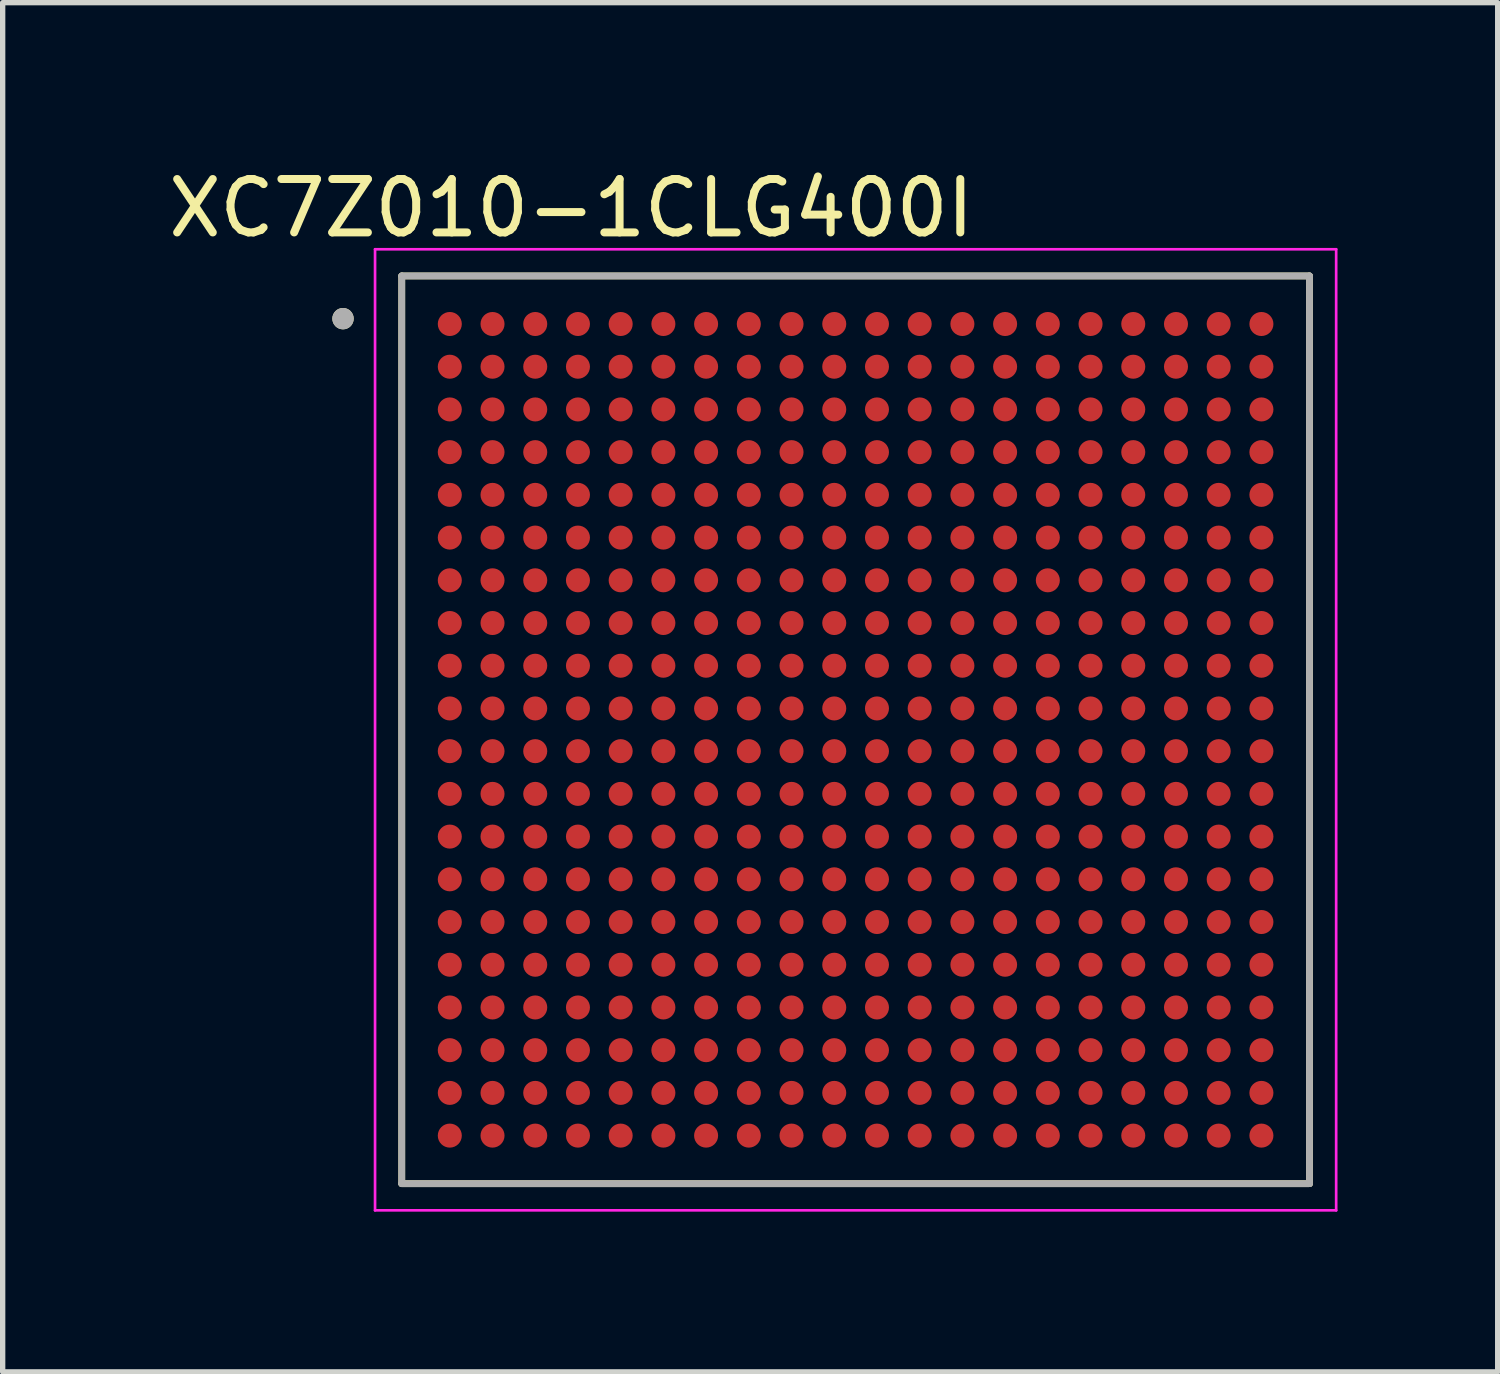
<source format=kicad_pcb>
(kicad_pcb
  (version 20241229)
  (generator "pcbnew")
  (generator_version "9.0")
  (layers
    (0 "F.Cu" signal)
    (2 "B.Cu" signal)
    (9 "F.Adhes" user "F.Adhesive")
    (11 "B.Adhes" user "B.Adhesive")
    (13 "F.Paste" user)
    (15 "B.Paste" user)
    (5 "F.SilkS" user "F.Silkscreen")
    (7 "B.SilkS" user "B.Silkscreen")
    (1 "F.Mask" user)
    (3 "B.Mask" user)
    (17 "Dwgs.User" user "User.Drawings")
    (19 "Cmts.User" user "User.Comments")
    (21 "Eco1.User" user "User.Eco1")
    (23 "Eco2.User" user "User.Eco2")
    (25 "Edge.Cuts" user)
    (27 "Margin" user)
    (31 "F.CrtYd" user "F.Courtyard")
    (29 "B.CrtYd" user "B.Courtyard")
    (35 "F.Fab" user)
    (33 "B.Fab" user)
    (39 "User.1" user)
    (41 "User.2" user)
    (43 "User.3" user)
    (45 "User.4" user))
  (footprint "XC7Z010-1CLG400I"
    (layer "F.Cu")
    (at 12.974 10.618)
    (property "Reference" "XC7Z010-1CLG400I" (at -5.325 -9.77 0) (layer "F.SilkS") (effects (font (size 1 1) (thickness 0.15))))
    (attr smd)
    (fp_line (start -8.5 -8.5) (end -8.5 8.5) (stroke (width 0.127) (type solid)) (layer "F.SilkS"))
    (fp_line (start 8.5 -8.5) (end -8.5 -8.5) (stroke (width 0.127) (type solid)) (layer "F.SilkS"))
    (fp_line (start 8.5 -8.5) (end 8.5 8.5) (stroke (width 0.127) (type solid)) (layer "F.SilkS"))
    (fp_line (start 8.5 8.5) (end -8.5 8.5) (stroke (width 0.127) (type solid)) (layer "F.SilkS"))
    (fp_circle (center -9.6 -7.7) (end -9.5 -7.7) (stroke (width 0.2) (type solid)) (fill no) (layer "F.SilkS"))
    (fp_line (start -9 -9) (end 9 -9) (stroke (width 0.05) (type solid)) (layer "F.CrtYd"))
    (fp_line (start -9 9) (end -9 -9) (stroke (width 0.05) (type solid)) (layer "F.CrtYd"))
    (fp_line (start 9 -9) (end 9 9) (stroke (width 0.05) (type solid)) (layer "F.CrtYd"))
    (fp_line (start 9 9) (end -9 9) (stroke (width 0.05) (type solid)) (layer "F.CrtYd"))
    (fp_line (start -8.5 -8.5) (end -8.5 8.5) (stroke (width 0.127) (type solid)) (layer "F.Fab"))
    (fp_line (start 8.5 -8.5) (end -8.5 -8.5) (stroke (width 0.127) (type solid)) (layer "F.Fab"))
    (fp_line (start 8.5 -8.5) (end 8.5 8.5) (stroke (width 0.127) (type solid)) (layer "F.Fab"))
    (fp_line (start 8.5 8.5) (end -8.5 8.5) (stroke (width 0.127) (type solid)) (layer "F.Fab"))
    (fp_circle (center -9.6 -7.7) (end -9.5 -7.7) (stroke (width 0.2) (type solid)) (fill no) (layer "F.Fab"))
    (pad "A1" smd circle (at -7.6 -7.6) (size 0.45 0.45) (layers "F.Cu" "F.Mask" "F.Paste"))
    (pad "A2" smd circle (at -6.8 -7.6) (size 0.45 0.45) (layers "F.Cu" "F.Mask" "F.Paste"))
    (pad "A3" smd circle (at -6 -7.6) (size 0.45 0.45) (layers "F.Cu" "F.Mask" "F.Paste"))
    (pad "A4" smd circle (at -5.2 -7.6) (size 0.45 0.45) (layers "F.Cu" "F.Mask" "F.Paste"))
    (pad "A5" smd circle (at -4.4 -7.6) (size 0.45 0.45) (layers "F.Cu" "F.Mask" "F.Paste"))
    (pad "A6" smd circle (at -3.6 -7.6) (size 0.45 0.45) (layers "F.Cu" "F.Mask" "F.Paste"))
    (pad "A7" smd circle (at -2.8 -7.6) (size 0.45 0.45) (layers "F.Cu" "F.Mask" "F.Paste"))
    (pad "A8" smd circle (at -2 -7.6) (size 0.45 0.45) (layers "F.Cu" "F.Mask" "F.Paste"))
    (pad "A9" smd circle (at -1.2 -7.6) (size 0.45 0.45) (layers "F.Cu" "F.Mask" "F.Paste"))
    (pad "A10" smd circle (at -0.4 -7.6) (size 0.45 0.45) (layers "F.Cu" "F.Mask" "F.Paste"))
    (pad "A11" smd circle (at 0.4 -7.6) (size 0.45 0.45) (layers "F.Cu" "F.Mask" "F.Paste"))
    (pad "A12" smd circle (at 1.2 -7.6) (size 0.45 0.45) (layers "F.Cu" "F.Mask" "F.Paste"))
    (pad "A13" smd circle (at 2 -7.6) (size 0.45 0.45) (layers "F.Cu" "F.Mask" "F.Paste"))
    (pad "A14" smd circle (at 2.8 -7.6) (size 0.45 0.45) (layers "F.Cu" "F.Mask" "F.Paste"))
    (pad "A15" smd circle (at 3.6 -7.6) (size 0.45 0.45) (layers "F.Cu" "F.Mask" "F.Paste"))
    (pad "A16" smd circle (at 4.4 -7.6) (size 0.45 0.45) (layers "F.Cu" "F.Mask" "F.Paste"))
    (pad "A17" smd circle (at 5.2 -7.6) (size 0.45 0.45) (layers "F.Cu" "F.Mask" "F.Paste"))
    (pad "A18" smd circle (at 6 -7.6) (size 0.45 0.45) (layers "F.Cu" "F.Mask" "F.Paste"))
    (pad "A19" smd circle (at 6.8 -7.6) (size 0.45 0.45) (layers "F.Cu" "F.Mask" "F.Paste"))
    (pad "A20" smd circle (at 7.6 -7.6) (size 0.45 0.45) (layers "F.Cu" "F.Mask" "F.Paste"))
    (pad "B1" smd circle (at -7.6 -6.8) (size 0.45 0.45) (layers "F.Cu" "F.Mask" "F.Paste"))
    (pad "B2" smd circle (at -6.8 -6.8) (size 0.45 0.45) (layers "F.Cu" "F.Mask" "F.Paste"))
    (pad "B3" smd circle (at -6 -6.8) (size 0.45 0.45) (layers "F.Cu" "F.Mask" "F.Paste"))
    (pad "B4" smd circle (at -5.2 -6.8) (size 0.45 0.45) (layers "F.Cu" "F.Mask" "F.Paste"))
    (pad "B5" smd circle (at -4.4 -6.8) (size 0.45 0.45) (layers "F.Cu" "F.Mask" "F.Paste"))
    (pad "B6" smd circle (at -3.6 -6.8) (size 0.45 0.45) (layers "F.Cu" "F.Mask" "F.Paste"))
    (pad "B7" smd circle (at -2.8 -6.8) (size 0.45 0.45) (layers "F.Cu" "F.Mask" "F.Paste"))
    (pad "B8" smd circle (at -2 -6.8) (size 0.45 0.45) (layers "F.Cu" "F.Mask" "F.Paste"))
    (pad "B9" smd circle (at -1.2 -6.8) (size 0.45 0.45) (layers "F.Cu" "F.Mask" "F.Paste"))
    (pad "B10" smd circle (at -0.4 -6.8) (size 0.45 0.45) (layers "F.Cu" "F.Mask" "F.Paste"))
    (pad "B11" smd circle (at 0.4 -6.8) (size 0.45 0.45) (layers "F.Cu" "F.Mask" "F.Paste"))
    (pad "B12" smd circle (at 1.2 -6.8) (size 0.45 0.45) (layers "F.Cu" "F.Mask" "F.Paste"))
    (pad "B13" smd circle (at 2 -6.8) (size 0.45 0.45) (layers "F.Cu" "F.Mask" "F.Paste"))
    (pad "B14" smd circle (at 2.8 -6.8) (size 0.45 0.45) (layers "F.Cu" "F.Mask" "F.Paste"))
    (pad "B15" smd circle (at 3.6 -6.8) (size 0.45 0.45) (layers "F.Cu" "F.Mask" "F.Paste"))
    (pad "B16" smd circle (at 4.4 -6.8) (size 0.45 0.45) (layers "F.Cu" "F.Mask" "F.Paste"))
    (pad "B17" smd circle (at 5.2 -6.8) (size 0.45 0.45) (layers "F.Cu" "F.Mask" "F.Paste"))
    (pad "B18" smd circle (at 6 -6.8) (size 0.45 0.45) (layers "F.Cu" "F.Mask" "F.Paste"))
    (pad "B19" smd circle (at 6.8 -6.8) (size 0.45 0.45) (layers "F.Cu" "F.Mask" "F.Paste"))
    (pad "B20" smd circle (at 7.6 -6.8) (size 0.45 0.45) (layers "F.Cu" "F.Mask" "F.Paste"))
    (pad "C1" smd circle (at -7.6 -6) (size 0.45 0.45) (layers "F.Cu" "F.Mask" "F.Paste"))
    (pad "C2" smd circle (at -6.8 -6) (size 0.45 0.45) (layers "F.Cu" "F.Mask" "F.Paste"))
    (pad "C3" smd circle (at -6 -6) (size 0.45 0.45) (layers "F.Cu" "F.Mask" "F.Paste"))
    (pad "C4" smd circle (at -5.2 -6) (size 0.45 0.45) (layers "F.Cu" "F.Mask" "F.Paste"))
    (pad "C5" smd circle (at -4.4 -6) (size 0.45 0.45) (layers "F.Cu" "F.Mask" "F.Paste"))
    (pad "C6" smd circle (at -3.6 -6) (size 0.45 0.45) (layers "F.Cu" "F.Mask" "F.Paste"))
    (pad "C7" smd circle (at -2.8 -6) (size 0.45 0.45) (layers "F.Cu" "F.Mask" "F.Paste"))
    (pad "C8" smd circle (at -2 -6) (size 0.45 0.45) (layers "F.Cu" "F.Mask" "F.Paste"))
    (pad "C9" smd circle (at -1.2 -6) (size 0.45 0.45) (layers "F.Cu" "F.Mask" "F.Paste"))
    (pad "C10" smd circle (at -0.4 -6) (size 0.45 0.45) (layers "F.Cu" "F.Mask" "F.Paste"))
    (pad "C11" smd circle (at 0.4 -6) (size 0.45 0.45) (layers "F.Cu" "F.Mask" "F.Paste"))
    (pad "C12" smd circle (at 1.2 -6) (size 0.45 0.45) (layers "F.Cu" "F.Mask" "F.Paste"))
    (pad "C13" smd circle (at 2 -6) (size 0.45 0.45) (layers "F.Cu" "F.Mask" "F.Paste"))
    (pad "C14" smd circle (at 2.8 -6) (size 0.45 0.45) (layers "F.Cu" "F.Mask" "F.Paste"))
    (pad "C15" smd circle (at 3.6 -6) (size 0.45 0.45) (layers "F.Cu" "F.Mask" "F.Paste"))
    (pad "C16" smd circle (at 4.4 -6) (size 0.45 0.45) (layers "F.Cu" "F.Mask" "F.Paste"))
    (pad "C17" smd circle (at 5.2 -6) (size 0.45 0.45) (layers "F.Cu" "F.Mask" "F.Paste"))
    (pad "C18" smd circle (at 6 -6) (size 0.45 0.45) (layers "F.Cu" "F.Mask" "F.Paste"))
    (pad "C19" smd circle (at 6.8 -6) (size 0.45 0.45) (layers "F.Cu" "F.Mask" "F.Paste"))
    (pad "C20" smd circle (at 7.6 -6) (size 0.45 0.45) (layers "F.Cu" "F.Mask" "F.Paste"))
    (pad "D1" smd circle (at -7.6 -5.2) (size 0.45 0.45) (layers "F.Cu" "F.Mask" "F.Paste"))
    (pad "D2" smd circle (at -6.8 -5.2) (size 0.45 0.45) (layers "F.Cu" "F.Mask" "F.Paste"))
    (pad "D3" smd circle (at -6 -5.2) (size 0.45 0.45) (layers "F.Cu" "F.Mask" "F.Paste"))
    (pad "D4" smd circle (at -5.2 -5.2) (size 0.45 0.45) (layers "F.Cu" "F.Mask" "F.Paste"))
    (pad "D5" smd circle (at -4.4 -5.2) (size 0.45 0.45) (layers "F.Cu" "F.Mask" "F.Paste"))
    (pad "D6" smd circle (at -3.6 -5.2) (size 0.45 0.45) (layers "F.Cu" "F.Mask" "F.Paste"))
    (pad "D7" smd circle (at -2.8 -5.2) (size 0.45 0.45) (layers "F.Cu" "F.Mask" "F.Paste"))
    (pad "D8" smd circle (at -2 -5.2) (size 0.45 0.45) (layers "F.Cu" "F.Mask" "F.Paste"))
    (pad "D9" smd circle (at -1.2 -5.2) (size 0.45 0.45) (layers "F.Cu" "F.Mask" "F.Paste"))
    (pad "D10" smd circle (at -0.4 -5.2) (size 0.45 0.45) (layers "F.Cu" "F.Mask" "F.Paste"))
    (pad "D11" smd circle (at 0.4 -5.2) (size 0.45 0.45) (layers "F.Cu" "F.Mask" "F.Paste"))
    (pad "D12" smd circle (at 1.2 -5.2) (size 0.45 0.45) (layers "F.Cu" "F.Mask" "F.Paste"))
    (pad "D13" smd circle (at 2 -5.2) (size 0.45 0.45) (layers "F.Cu" "F.Mask" "F.Paste"))
    (pad "D14" smd circle (at 2.8 -5.2) (size 0.45 0.45) (layers "F.Cu" "F.Mask" "F.Paste"))
    (pad "D15" smd circle (at 3.6 -5.2) (size 0.45 0.45) (layers "F.Cu" "F.Mask" "F.Paste"))
    (pad "D16" smd circle (at 4.4 -5.2) (size 0.45 0.45) (layers "F.Cu" "F.Mask" "F.Paste"))
    (pad "D17" smd circle (at 5.2 -5.2) (size 0.45 0.45) (layers "F.Cu" "F.Mask" "F.Paste"))
    (pad "D18" smd circle (at 6 -5.2) (size 0.45 0.45) (layers "F.Cu" "F.Mask" "F.Paste"))
    (pad "D19" smd circle (at 6.8 -5.2) (size 0.45 0.45) (layers "F.Cu" "F.Mask" "F.Paste"))
    (pad "D20" smd circle (at 7.6 -5.2) (size 0.45 0.45) (layers "F.Cu" "F.Mask" "F.Paste"))
    (pad "E1" smd circle (at -7.6 -4.4) (size 0.45 0.45) (layers "F.Cu" "F.Mask" "F.Paste"))
    (pad "E2" smd circle (at -6.8 -4.4) (size 0.45 0.45) (layers "F.Cu" "F.Mask" "F.Paste"))
    (pad "E3" smd circle (at -6 -4.4) (size 0.45 0.45) (layers "F.Cu" "F.Mask" "F.Paste"))
    (pad "E4" smd circle (at -5.2 -4.4) (size 0.45 0.45) (layers "F.Cu" "F.Mask" "F.Paste"))
    (pad "E5" smd circle (at -4.4 -4.4) (size 0.45 0.45) (layers "F.Cu" "F.Mask" "F.Paste"))
    (pad "E6" smd circle (at -3.6 -4.4) (size 0.45 0.45) (layers "F.Cu" "F.Mask" "F.Paste"))
    (pad "E7" smd circle (at -2.8 -4.4) (size 0.45 0.45) (layers "F.Cu" "F.Mask" "F.Paste"))
    (pad "E8" smd circle (at -2 -4.4) (size 0.45 0.45) (layers "F.Cu" "F.Mask" "F.Paste"))
    (pad "E9" smd circle (at -1.2 -4.4) (size 0.45 0.45) (layers "F.Cu" "F.Mask" "F.Paste"))
    (pad "E10" smd circle (at -0.4 -4.4) (size 0.45 0.45) (layers "F.Cu" "F.Mask" "F.Paste"))
    (pad "E11" smd circle (at 0.4 -4.4) (size 0.45 0.45) (layers "F.Cu" "F.Mask" "F.Paste"))
    (pad "E12" smd circle (at 1.2 -4.4) (size 0.45 0.45) (layers "F.Cu" "F.Mask" "F.Paste"))
    (pad "E13" smd circle (at 2 -4.4) (size 0.45 0.45) (layers "F.Cu" "F.Mask" "F.Paste"))
    (pad "E14" smd circle (at 2.8 -4.4) (size 0.45 0.45) (layers "F.Cu" "F.Mask" "F.Paste"))
    (pad "E15" smd circle (at 3.6 -4.4) (size 0.45 0.45) (layers "F.Cu" "F.Mask" "F.Paste"))
    (pad "E16" smd circle (at 4.4 -4.4) (size 0.45 0.45) (layers "F.Cu" "F.Mask" "F.Paste"))
    (pad "E17" smd circle (at 5.2 -4.4) (size 0.45 0.45) (layers "F.Cu" "F.Mask" "F.Paste"))
    (pad "E18" smd circle (at 6 -4.4) (size 0.45 0.45) (layers "F.Cu" "F.Mask" "F.Paste"))
    (pad "E19" smd circle (at 6.8 -4.4) (size 0.45 0.45) (layers "F.Cu" "F.Mask" "F.Paste"))
    (pad "E20" smd circle (at 7.6 -4.4) (size 0.45 0.45) (layers "F.Cu" "F.Mask" "F.Paste"))
    (pad "F1" smd circle (at -7.6 -3.6) (size 0.45 0.45) (layers "F.Cu" "F.Mask" "F.Paste"))
    (pad "F2" smd circle (at -6.8 -3.6) (size 0.45 0.45) (layers "F.Cu" "F.Mask" "F.Paste"))
    (pad "F3" smd circle (at -6 -3.6) (size 0.45 0.45) (layers "F.Cu" "F.Mask" "F.Paste"))
    (pad "F4" smd circle (at -5.2 -3.6) (size 0.45 0.45) (layers "F.Cu" "F.Mask" "F.Paste"))
    (pad "F5" smd circle (at -4.4 -3.6) (size 0.45 0.45) (layers "F.Cu" "F.Mask" "F.Paste"))
    (pad "F6" smd circle (at -3.6 -3.6) (size 0.45 0.45) (layers "F.Cu" "F.Mask" "F.Paste"))
    (pad "F7" smd circle (at -2.8 -3.6) (size 0.45 0.45) (layers "F.Cu" "F.Mask" "F.Paste"))
    (pad "F8" smd circle (at -2 -3.6) (size 0.45 0.45) (layers "F.Cu" "F.Mask" "F.Paste"))
    (pad "F9" smd circle (at -1.2 -3.6) (size 0.45 0.45) (layers "F.Cu" "F.Mask" "F.Paste"))
    (pad "F10" smd circle (at -0.4 -3.6) (size 0.45 0.45) (layers "F.Cu" "F.Mask" "F.Paste"))
    (pad "F11" smd circle (at 0.4 -3.6) (size 0.45 0.45) (layers "F.Cu" "F.Mask" "F.Paste"))
    (pad "F12" smd circle (at 1.2 -3.6) (size 0.45 0.45) (layers "F.Cu" "F.Mask" "F.Paste"))
    (pad "F13" smd circle (at 2 -3.6) (size 0.45 0.45) (layers "F.Cu" "F.Mask" "F.Paste"))
    (pad "F14" smd circle (at 2.8 -3.6) (size 0.45 0.45) (layers "F.Cu" "F.Mask" "F.Paste"))
    (pad "F15" smd circle (at 3.6 -3.6) (size 0.45 0.45) (layers "F.Cu" "F.Mask" "F.Paste"))
    (pad "F16" smd circle (at 4.4 -3.6) (size 0.45 0.45) (layers "F.Cu" "F.Mask" "F.Paste"))
    (pad "F17" smd circle (at 5.2 -3.6) (size 0.45 0.45) (layers "F.Cu" "F.Mask" "F.Paste"))
    (pad "F18" smd circle (at 6 -3.6) (size 0.45 0.45) (layers "F.Cu" "F.Mask" "F.Paste"))
    (pad "F19" smd circle (at 6.8 -3.6) (size 0.45 0.45) (layers "F.Cu" "F.Mask" "F.Paste"))
    (pad "F20" smd circle (at 7.6 -3.6) (size 0.45 0.45) (layers "F.Cu" "F.Mask" "F.Paste"))
    (pad "G1" smd circle (at -7.6 -2.8) (size 0.45 0.45) (layers "F.Cu" "F.Mask" "F.Paste"))
    (pad "G2" smd circle (at -6.8 -2.8) (size 0.45 0.45) (layers "F.Cu" "F.Mask" "F.Paste"))
    (pad "G3" smd circle (at -6 -2.8) (size 0.45 0.45) (layers "F.Cu" "F.Mask" "F.Paste"))
    (pad "G4" smd circle (at -5.2 -2.8) (size 0.45 0.45) (layers "F.Cu" "F.Mask" "F.Paste"))
    (pad "G5" smd circle (at -4.4 -2.8) (size 0.45 0.45) (layers "F.Cu" "F.Mask" "F.Paste"))
    (pad "G6" smd circle (at -3.6 -2.8) (size 0.45 0.45) (layers "F.Cu" "F.Mask" "F.Paste"))
    (pad "G7" smd circle (at -2.8 -2.8) (size 0.45 0.45) (layers "F.Cu" "F.Mask" "F.Paste"))
    (pad "G8" smd circle (at -2 -2.8) (size 0.45 0.45) (layers "F.Cu" "F.Mask" "F.Paste"))
    (pad "G9" smd circle (at -1.2 -2.8) (size 0.45 0.45) (layers "F.Cu" "F.Mask" "F.Paste"))
    (pad "G10" smd circle (at -0.4 -2.8) (size 0.45 0.45) (layers "F.Cu" "F.Mask" "F.Paste"))
    (pad "G11" smd circle (at 0.4 -2.8) (size 0.45 0.45) (layers "F.Cu" "F.Mask" "F.Paste"))
    (pad "G12" smd circle (at 1.2 -2.8) (size 0.45 0.45) (layers "F.Cu" "F.Mask" "F.Paste"))
    (pad "G13" smd circle (at 2 -2.8) (size 0.45 0.45) (layers "F.Cu" "F.Mask" "F.Paste"))
    (pad "G14" smd circle (at 2.8 -2.8) (size 0.45 0.45) (layers "F.Cu" "F.Mask" "F.Paste"))
    (pad "G15" smd circle (at 3.6 -2.8) (size 0.45 0.45) (layers "F.Cu" "F.Mask" "F.Paste"))
    (pad "G16" smd circle (at 4.4 -2.8) (size 0.45 0.45) (layers "F.Cu" "F.Mask" "F.Paste"))
    (pad "G17" smd circle (at 5.2 -2.8) (size 0.45 0.45) (layers "F.Cu" "F.Mask" "F.Paste"))
    (pad "G18" smd circle (at 6 -2.8) (size 0.45 0.45) (layers "F.Cu" "F.Mask" "F.Paste"))
    (pad "G19" smd circle (at 6.8 -2.8) (size 0.45 0.45) (layers "F.Cu" "F.Mask" "F.Paste"))
    (pad "G20" smd circle (at 7.6 -2.8) (size 0.45 0.45) (layers "F.Cu" "F.Mask" "F.Paste"))
    (pad "H1" smd circle (at -7.6 -2) (size 0.45 0.45) (layers "F.Cu" "F.Mask" "F.Paste"))
    (pad "H2" smd circle (at -6.8 -2) (size 0.45 0.45) (layers "F.Cu" "F.Mask" "F.Paste"))
    (pad "H3" smd circle (at -6 -2) (size 0.45 0.45) (layers "F.Cu" "F.Mask" "F.Paste"))
    (pad "H4" smd circle (at -5.2 -2) (size 0.45 0.45) (layers "F.Cu" "F.Mask" "F.Paste"))
    (pad "H5" smd circle (at -4.4 -2) (size 0.45 0.45) (layers "F.Cu" "F.Mask" "F.Paste"))
    (pad "H6" smd circle (at -3.6 -2) (size 0.45 0.45) (layers "F.Cu" "F.Mask" "F.Paste"))
    (pad "H7" smd circle (at -2.8 -2) (size 0.45 0.45) (layers "F.Cu" "F.Mask" "F.Paste"))
    (pad "H8" smd circle (at -2 -2) (size 0.45 0.45) (layers "F.Cu" "F.Mask" "F.Paste"))
    (pad "H9" smd circle (at -1.2 -2) (size 0.45 0.45) (layers "F.Cu" "F.Mask" "F.Paste"))
    (pad "H10" smd circle (at -0.4 -2) (size 0.45 0.45) (layers "F.Cu" "F.Mask" "F.Paste"))
    (pad "H11" smd circle (at 0.4 -2) (size 0.45 0.45) (layers "F.Cu" "F.Mask" "F.Paste"))
    (pad "H12" smd circle (at 1.2 -2) (size 0.45 0.45) (layers "F.Cu" "F.Mask" "F.Paste"))
    (pad "H13" smd circle (at 2 -2) (size 0.45 0.45) (layers "F.Cu" "F.Mask" "F.Paste"))
    (pad "H14" smd circle (at 2.8 -2) (size 0.45 0.45) (layers "F.Cu" "F.Mask" "F.Paste"))
    (pad "H15" smd circle (at 3.6 -2) (size 0.45 0.45) (layers "F.Cu" "F.Mask" "F.Paste"))
    (pad "H16" smd circle (at 4.4 -2) (size 0.45 0.45) (layers "F.Cu" "F.Mask" "F.Paste"))
    (pad "H17" smd circle (at 5.2 -2) (size 0.45 0.45) (layers "F.Cu" "F.Mask" "F.Paste"))
    (pad "H18" smd circle (at 6 -2) (size 0.45 0.45) (layers "F.Cu" "F.Mask" "F.Paste"))
    (pad "H19" smd circle (at 6.8 -2) (size 0.45 0.45) (layers "F.Cu" "F.Mask" "F.Paste"))
    (pad "H20" smd circle (at 7.6 -2) (size 0.45 0.45) (layers "F.Cu" "F.Mask" "F.Paste"))
    (pad "J1" smd circle (at -7.6 -1.2) (size 0.45 0.45) (layers "F.Cu" "F.Mask" "F.Paste"))
    (pad "J2" smd circle (at -6.8 -1.2) (size 0.45 0.45) (layers "F.Cu" "F.Mask" "F.Paste"))
    (pad "J3" smd circle (at -6 -1.2) (size 0.45 0.45) (layers "F.Cu" "F.Mask" "F.Paste"))
    (pad "J4" smd circle (at -5.2 -1.2) (size 0.45 0.45) (layers "F.Cu" "F.Mask" "F.Paste"))
    (pad "J5" smd circle (at -4.4 -1.2) (size 0.45 0.45) (layers "F.Cu" "F.Mask" "F.Paste"))
    (pad "J6" smd circle (at -3.6 -1.2) (size 0.45 0.45) (layers "F.Cu" "F.Mask" "F.Paste"))
    (pad "J7" smd circle (at -2.8 -1.2) (size 0.45 0.45) (layers "F.Cu" "F.Mask" "F.Paste"))
    (pad "J8" smd circle (at -2 -1.2) (size 0.45 0.45) (layers "F.Cu" "F.Mask" "F.Paste"))
    (pad "J9" smd circle (at -1.2 -1.2) (size 0.45 0.45) (layers "F.Cu" "F.Mask" "F.Paste"))
    (pad "J10" smd circle (at -0.4 -1.2) (size 0.45 0.45) (layers "F.Cu" "F.Mask" "F.Paste"))
    (pad "J11" smd circle (at 0.4 -1.2) (size 0.45 0.45) (layers "F.Cu" "F.Mask" "F.Paste"))
    (pad "J12" smd circle (at 1.2 -1.2) (size 0.45 0.45) (layers "F.Cu" "F.Mask" "F.Paste"))
    (pad "J13" smd circle (at 2 -1.2) (size 0.45 0.45) (layers "F.Cu" "F.Mask" "F.Paste"))
    (pad "J14" smd circle (at 2.8 -1.2) (size 0.45 0.45) (layers "F.Cu" "F.Mask" "F.Paste"))
    (pad "J15" smd circle (at 3.6 -1.2) (size 0.45 0.45) (layers "F.Cu" "F.Mask" "F.Paste"))
    (pad "J16" smd circle (at 4.4 -1.2) (size 0.45 0.45) (layers "F.Cu" "F.Mask" "F.Paste"))
    (pad "J17" smd circle (at 5.2 -1.2) (size 0.45 0.45) (layers "F.Cu" "F.Mask" "F.Paste"))
    (pad "J18" smd circle (at 6 -1.2) (size 0.45 0.45) (layers "F.Cu" "F.Mask" "F.Paste"))
    (pad "J19" smd circle (at 6.8 -1.2) (size 0.45 0.45) (layers "F.Cu" "F.Mask" "F.Paste"))
    (pad "J20" smd circle (at 7.6 -1.2) (size 0.45 0.45) (layers "F.Cu" "F.Mask" "F.Paste"))
    (pad "K1" smd circle (at -7.6 -0.4) (size 0.45 0.45) (layers "F.Cu" "F.Mask" "F.Paste"))
    (pad "K2" smd circle (at -6.8 -0.4) (size 0.45 0.45) (layers "F.Cu" "F.Mask" "F.Paste"))
    (pad "K3" smd circle (at -6 -0.4) (size 0.45 0.45) (layers "F.Cu" "F.Mask" "F.Paste"))
    (pad "K4" smd circle (at -5.2 -0.4) (size 0.45 0.45) (layers "F.Cu" "F.Mask" "F.Paste"))
    (pad "K5" smd circle (at -4.4 -0.4) (size 0.45 0.45) (layers "F.Cu" "F.Mask" "F.Paste"))
    (pad "K6" smd circle (at -3.6 -0.4) (size 0.45 0.45) (layers "F.Cu" "F.Mask" "F.Paste"))
    (pad "K7" smd circle (at -2.8 -0.4) (size 0.45 0.45) (layers "F.Cu" "F.Mask" "F.Paste"))
    (pad "K8" smd circle (at -2 -0.4) (size 0.45 0.45) (layers "F.Cu" "F.Mask" "F.Paste"))
    (pad "K9" smd circle (at -1.2 -0.4) (size 0.45 0.45) (layers "F.Cu" "F.Mask" "F.Paste"))
    (pad "K10" smd circle (at -0.4 -0.4) (size 0.45 0.45) (layers "F.Cu" "F.Mask" "F.Paste"))
    (pad "K11" smd circle (at 0.4 -0.4) (size 0.45 0.45) (layers "F.Cu" "F.Mask" "F.Paste"))
    (pad "K12" smd circle (at 1.2 -0.4) (size 0.45 0.45) (layers "F.Cu" "F.Mask" "F.Paste"))
    (pad "K13" smd circle (at 2 -0.4) (size 0.45 0.45) (layers "F.Cu" "F.Mask" "F.Paste"))
    (pad "K14" smd circle (at 2.8 -0.4) (size 0.45 0.45) (layers "F.Cu" "F.Mask" "F.Paste"))
    (pad "K15" smd circle (at 3.6 -0.4) (size 0.45 0.45) (layers "F.Cu" "F.Mask" "F.Paste"))
    (pad "K16" smd circle (at 4.4 -0.4) (size 0.45 0.45) (layers "F.Cu" "F.Mask" "F.Paste"))
    (pad "K17" smd circle (at 5.2 -0.4) (size 0.45 0.45) (layers "F.Cu" "F.Mask" "F.Paste"))
    (pad "K18" smd circle (at 6 -0.4) (size 0.45 0.45) (layers "F.Cu" "F.Mask" "F.Paste"))
    (pad "K19" smd circle (at 6.8 -0.4) (size 0.45 0.45) (layers "F.Cu" "F.Mask" "F.Paste"))
    (pad "K20" smd circle (at 7.6 -0.4) (size 0.45 0.45) (layers "F.Cu" "F.Mask" "F.Paste"))
    (pad "L1" smd circle (at -7.6 0.4) (size 0.45 0.45) (layers "F.Cu" "F.Mask" "F.Paste"))
    (pad "L2" smd circle (at -6.8 0.4) (size 0.45 0.45) (layers "F.Cu" "F.Mask" "F.Paste"))
    (pad "L3" smd circle (at -6 0.4) (size 0.45 0.45) (layers "F.Cu" "F.Mask" "F.Paste"))
    (pad "L4" smd circle (at -5.2 0.4) (size 0.45 0.45) (layers "F.Cu" "F.Mask" "F.Paste"))
    (pad "L5" smd circle (at -4.4 0.4) (size 0.45 0.45) (layers "F.Cu" "F.Mask" "F.Paste"))
    (pad "L6" smd circle (at -3.6 0.4) (size 0.45 0.45) (layers "F.Cu" "F.Mask" "F.Paste"))
    (pad "L7" smd circle (at -2.8 0.4) (size 0.45 0.45) (layers "F.Cu" "F.Mask" "F.Paste"))
    (pad "L8" smd circle (at -2 0.4) (size 0.45 0.45) (layers "F.Cu" "F.Mask" "F.Paste"))
    (pad "L9" smd circle (at -1.2 0.4) (size 0.45 0.45) (layers "F.Cu" "F.Mask" "F.Paste"))
    (pad "L10" smd circle (at -0.4 0.4) (size 0.45 0.45) (layers "F.Cu" "F.Mask" "F.Paste"))
    (pad "L11" smd circle (at 0.4 0.4) (size 0.45 0.45) (layers "F.Cu" "F.Mask" "F.Paste"))
    (pad "L12" smd circle (at 1.2 0.4) (size 0.45 0.45) (layers "F.Cu" "F.Mask" "F.Paste"))
    (pad "L13" smd circle (at 2 0.4) (size 0.45 0.45) (layers "F.Cu" "F.Mask" "F.Paste"))
    (pad "L14" smd circle (at 2.8 0.4) (size 0.45 0.45) (layers "F.Cu" "F.Mask" "F.Paste"))
    (pad "L15" smd circle (at 3.6 0.4) (size 0.45 0.45) (layers "F.Cu" "F.Mask" "F.Paste"))
    (pad "L16" smd circle (at 4.4 0.4) (size 0.45 0.45) (layers "F.Cu" "F.Mask" "F.Paste"))
    (pad "L17" smd circle (at 5.2 0.4) (size 0.45 0.45) (layers "F.Cu" "F.Mask" "F.Paste"))
    (pad "L18" smd circle (at 6 0.4) (size 0.45 0.45) (layers "F.Cu" "F.Mask" "F.Paste"))
    (pad "L19" smd circle (at 6.8 0.4) (size 0.45 0.45) (layers "F.Cu" "F.Mask" "F.Paste"))
    (pad "L20" smd circle (at 7.6 0.4) (size 0.45 0.45) (layers "F.Cu" "F.Mask" "F.Paste"))
    (pad "M1" smd circle (at -7.6 1.2) (size 0.45 0.45) (layers "F.Cu" "F.Mask" "F.Paste"))
    (pad "M2" smd circle (at -6.8 1.2) (size 0.45 0.45) (layers "F.Cu" "F.Mask" "F.Paste"))
    (pad "M3" smd circle (at -6 1.2) (size 0.45 0.45) (layers "F.Cu" "F.Mask" "F.Paste"))
    (pad "M4" smd circle (at -5.2 1.2) (size 0.45 0.45) (layers "F.Cu" "F.Mask" "F.Paste"))
    (pad "M5" smd circle (at -4.4 1.2) (size 0.45 0.45) (layers "F.Cu" "F.Mask" "F.Paste"))
    (pad "M6" smd circle (at -3.6 1.2) (size 0.45 0.45) (layers "F.Cu" "F.Mask" "F.Paste"))
    (pad "M7" smd circle (at -2.8 1.2) (size 0.45 0.45) (layers "F.Cu" "F.Mask" "F.Paste"))
    (pad "M8" smd circle (at -2 1.2) (size 0.45 0.45) (layers "F.Cu" "F.Mask" "F.Paste"))
    (pad "M9" smd circle (at -1.2 1.2) (size 0.45 0.45) (layers "F.Cu" "F.Mask" "F.Paste"))
    (pad "M10" smd circle (at -0.4 1.2) (size 0.45 0.45) (layers "F.Cu" "F.Mask" "F.Paste"))
    (pad "M11" smd circle (at 0.4 1.2) (size 0.45 0.45) (layers "F.Cu" "F.Mask" "F.Paste"))
    (pad "M12" smd circle (at 1.2 1.2) (size 0.45 0.45) (layers "F.Cu" "F.Mask" "F.Paste"))
    (pad "M13" smd circle (at 2 1.2) (size 0.45 0.45) (layers "F.Cu" "F.Mask" "F.Paste"))
    (pad "M14" smd circle (at 2.8 1.2) (size 0.45 0.45) (layers "F.Cu" "F.Mask" "F.Paste"))
    (pad "M15" smd circle (at 3.6 1.2) (size 0.45 0.45) (layers "F.Cu" "F.Mask" "F.Paste"))
    (pad "M16" smd circle (at 4.4 1.2) (size 0.45 0.45) (layers "F.Cu" "F.Mask" "F.Paste"))
    (pad "M17" smd circle (at 5.2 1.2) (size 0.45 0.45) (layers "F.Cu" "F.Mask" "F.Paste"))
    (pad "M18" smd circle (at 6 1.2) (size 0.45 0.45) (layers "F.Cu" "F.Mask" "F.Paste"))
    (pad "M19" smd circle (at 6.8 1.2) (size 0.45 0.45) (layers "F.Cu" "F.Mask" "F.Paste"))
    (pad "M20" smd circle (at 7.6 1.2) (size 0.45 0.45) (layers "F.Cu" "F.Mask" "F.Paste"))
    (pad "N1" smd circle (at -7.6 2) (size 0.45 0.45) (layers "F.Cu" "F.Mask" "F.Paste"))
    (pad "N2" smd circle (at -6.8 2) (size 0.45 0.45) (layers "F.Cu" "F.Mask" "F.Paste"))
    (pad "N3" smd circle (at -6 2) (size 0.45 0.45) (layers "F.Cu" "F.Mask" "F.Paste"))
    (pad "N4" smd circle (at -5.2 2) (size 0.45 0.45) (layers "F.Cu" "F.Mask" "F.Paste"))
    (pad "N5" smd circle (at -4.4 2) (size 0.45 0.45) (layers "F.Cu" "F.Mask" "F.Paste"))
    (pad "N6" smd circle (at -3.6 2) (size 0.45 0.45) (layers "F.Cu" "F.Mask" "F.Paste"))
    (pad "N7" smd circle (at -2.8 2) (size 0.45 0.45) (layers "F.Cu" "F.Mask" "F.Paste"))
    (pad "N8" smd circle (at -2 2) (size 0.45 0.45) (layers "F.Cu" "F.Mask" "F.Paste"))
    (pad "N9" smd circle (at -1.2 2) (size 0.45 0.45) (layers "F.Cu" "F.Mask" "F.Paste"))
    (pad "N10" smd circle (at -0.4 2) (size 0.45 0.45) (layers "F.Cu" "F.Mask" "F.Paste"))
    (pad "N11" smd circle (at 0.4 2) (size 0.45 0.45) (layers "F.Cu" "F.Mask" "F.Paste"))
    (pad "N12" smd circle (at 1.2 2) (size 0.45 0.45) (layers "F.Cu" "F.Mask" "F.Paste"))
    (pad "N13" smd circle (at 2 2) (size 0.45 0.45) (layers "F.Cu" "F.Mask" "F.Paste"))
    (pad "N14" smd circle (at 2.8 2) (size 0.45 0.45) (layers "F.Cu" "F.Mask" "F.Paste"))
    (pad "N15" smd circle (at 3.6 2) (size 0.45 0.45) (layers "F.Cu" "F.Mask" "F.Paste"))
    (pad "N16" smd circle (at 4.4 2) (size 0.45 0.45) (layers "F.Cu" "F.Mask" "F.Paste"))
    (pad "N17" smd circle (at 5.2 2) (size 0.45 0.45) (layers "F.Cu" "F.Mask" "F.Paste"))
    (pad "N18" smd circle (at 6 2) (size 0.45 0.45) (layers "F.Cu" "F.Mask" "F.Paste"))
    (pad "N19" smd circle (at 6.8 2) (size 0.45 0.45) (layers "F.Cu" "F.Mask" "F.Paste"))
    (pad "N20" smd circle (at 7.6 2) (size 0.45 0.45) (layers "F.Cu" "F.Mask" "F.Paste"))
    (pad "P1" smd circle (at -7.6 2.8) (size 0.45 0.45) (layers "F.Cu" "F.Mask" "F.Paste"))
    (pad "P2" smd circle (at -6.8 2.8) (size 0.45 0.45) (layers "F.Cu" "F.Mask" "F.Paste"))
    (pad "P3" smd circle (at -6 2.8) (size 0.45 0.45) (layers "F.Cu" "F.Mask" "F.Paste"))
    (pad "P4" smd circle (at -5.2 2.8) (size 0.45 0.45) (layers "F.Cu" "F.Mask" "F.Paste"))
    (pad "P5" smd circle (at -4.4 2.8) (size 0.45 0.45) (layers "F.Cu" "F.Mask" "F.Paste"))
    (pad "P6" smd circle (at -3.6 2.8) (size 0.45 0.45) (layers "F.Cu" "F.Mask" "F.Paste"))
    (pad "P7" smd circle (at -2.8 2.8) (size 0.45 0.45) (layers "F.Cu" "F.Mask" "F.Paste"))
    (pad "P8" smd circle (at -2 2.8) (size 0.45 0.45) (layers "F.Cu" "F.Mask" "F.Paste"))
    (pad "P9" smd circle (at -1.2 2.8) (size 0.45 0.45) (layers "F.Cu" "F.Mask" "F.Paste"))
    (pad "P10" smd circle (at -0.4 2.8) (size 0.45 0.45) (layers "F.Cu" "F.Mask" "F.Paste"))
    (pad "P11" smd circle (at 0.4 2.8) (size 0.45 0.45) (layers "F.Cu" "F.Mask" "F.Paste"))
    (pad "P12" smd circle (at 1.2 2.8) (size 0.45 0.45) (layers "F.Cu" "F.Mask" "F.Paste"))
    (pad "P13" smd circle (at 2 2.8) (size 0.45 0.45) (layers "F.Cu" "F.Mask" "F.Paste"))
    (pad "P14" smd circle (at 2.8 2.8) (size 0.45 0.45) (layers "F.Cu" "F.Mask" "F.Paste"))
    (pad "P15" smd circle (at 3.6 2.8) (size 0.45 0.45) (layers "F.Cu" "F.Mask" "F.Paste"))
    (pad "P16" smd circle (at 4.4 2.8) (size 0.45 0.45) (layers "F.Cu" "F.Mask" "F.Paste"))
    (pad "P17" smd circle (at 5.2 2.8) (size 0.45 0.45) (layers "F.Cu" "F.Mask" "F.Paste"))
    (pad "P18" smd circle (at 6 2.8) (size 0.45 0.45) (layers "F.Cu" "F.Mask" "F.Paste"))
    (pad "P19" smd circle (at 6.8 2.8) (size 0.45 0.45) (layers "F.Cu" "F.Mask" "F.Paste"))
    (pad "P20" smd circle (at 7.6 2.8) (size 0.45 0.45) (layers "F.Cu" "F.Mask" "F.Paste"))
    (pad "R1" smd circle (at -7.6 3.6) (size 0.45 0.45) (layers "F.Cu" "F.Mask" "F.Paste"))
    (pad "R2" smd circle (at -6.8 3.6) (size 0.45 0.45) (layers "F.Cu" "F.Mask" "F.Paste"))
    (pad "R3" smd circle (at -6 3.6) (size 0.45 0.45) (layers "F.Cu" "F.Mask" "F.Paste"))
    (pad "R4" smd circle (at -5.2 3.6) (size 0.45 0.45) (layers "F.Cu" "F.Mask" "F.Paste"))
    (pad "R5" smd circle (at -4.4 3.6) (size 0.45 0.45) (layers "F.Cu" "F.Mask" "F.Paste"))
    (pad "R6" smd circle (at -3.6 3.6) (size 0.45 0.45) (layers "F.Cu" "F.Mask" "F.Paste"))
    (pad "R7" smd circle (at -2.8 3.6) (size 0.45 0.45) (layers "F.Cu" "F.Mask" "F.Paste"))
    (pad "R8" smd circle (at -2 3.6) (size 0.45 0.45) (layers "F.Cu" "F.Mask" "F.Paste"))
    (pad "R9" smd circle (at -1.2 3.6) (size 0.45 0.45) (layers "F.Cu" "F.Mask" "F.Paste"))
    (pad "R10" smd circle (at -0.4 3.6) (size 0.45 0.45) (layers "F.Cu" "F.Mask" "F.Paste"))
    (pad "R11" smd circle (at 0.4 3.6) (size 0.45 0.45) (layers "F.Cu" "F.Mask" "F.Paste"))
    (pad "R12" smd circle (at 1.2 3.6) (size 0.45 0.45) (layers "F.Cu" "F.Mask" "F.Paste"))
    (pad "R13" smd circle (at 2 3.6) (size 0.45 0.45) (layers "F.Cu" "F.Mask" "F.Paste"))
    (pad "R14" smd circle (at 2.8 3.6) (size 0.45 0.45) (layers "F.Cu" "F.Mask" "F.Paste"))
    (pad "R15" smd circle (at 3.6 3.6) (size 0.45 0.45) (layers "F.Cu" "F.Mask" "F.Paste"))
    (pad "R16" smd circle (at 4.4 3.6) (size 0.45 0.45) (layers "F.Cu" "F.Mask" "F.Paste"))
    (pad "R17" smd circle (at 5.2 3.6) (size 0.45 0.45) (layers "F.Cu" "F.Mask" "F.Paste"))
    (pad "R18" smd circle (at 6 3.6) (size 0.45 0.45) (layers "F.Cu" "F.Mask" "F.Paste"))
    (pad "R19" smd circle (at 6.8 3.6) (size 0.45 0.45) (layers "F.Cu" "F.Mask" "F.Paste"))
    (pad "R20" smd circle (at 7.6 3.6) (size 0.45 0.45) (layers "F.Cu" "F.Mask" "F.Paste"))
    (pad "T1" smd circle (at -7.6 4.4) (size 0.45 0.45) (layers "F.Cu" "F.Mask" "F.Paste"))
    (pad "T2" smd circle (at -6.8 4.4) (size 0.45 0.45) (layers "F.Cu" "F.Mask" "F.Paste"))
    (pad "T3" smd circle (at -6 4.4) (size 0.45 0.45) (layers "F.Cu" "F.Mask" "F.Paste"))
    (pad "T4" smd circle (at -5.2 4.4) (size 0.45 0.45) (layers "F.Cu" "F.Mask" "F.Paste"))
    (pad "T5" smd circle (at -4.4 4.4) (size 0.45 0.45) (layers "F.Cu" "F.Mask" "F.Paste"))
    (pad "T6" smd circle (at -3.6 4.4) (size 0.45 0.45) (layers "F.Cu" "F.Mask" "F.Paste"))
    (pad "T7" smd circle (at -2.8 4.4) (size 0.45 0.45) (layers "F.Cu" "F.Mask" "F.Paste"))
    (pad "T8" smd circle (at -2 4.4) (size 0.45 0.45) (layers "F.Cu" "F.Mask" "F.Paste"))
    (pad "T9" smd circle (at -1.2 4.4) (size 0.45 0.45) (layers "F.Cu" "F.Mask" "F.Paste"))
    (pad "T10" smd circle (at -0.4 4.4) (size 0.45 0.45) (layers "F.Cu" "F.Mask" "F.Paste"))
    (pad "T11" smd circle (at 0.4 4.4) (size 0.45 0.45) (layers "F.Cu" "F.Mask" "F.Paste"))
    (pad "T12" smd circle (at 1.2 4.4) (size 0.45 0.45) (layers "F.Cu" "F.Mask" "F.Paste"))
    (pad "T13" smd circle (at 2 4.4) (size 0.45 0.45) (layers "F.Cu" "F.Mask" "F.Paste"))
    (pad "T14" smd circle (at 2.8 4.4) (size 0.45 0.45) (layers "F.Cu" "F.Mask" "F.Paste"))
    (pad "T15" smd circle (at 3.6 4.4) (size 0.45 0.45) (layers "F.Cu" "F.Mask" "F.Paste"))
    (pad "T16" smd circle (at 4.4 4.4) (size 0.45 0.45) (layers "F.Cu" "F.Mask" "F.Paste"))
    (pad "T17" smd circle (at 5.2 4.4) (size 0.45 0.45) (layers "F.Cu" "F.Mask" "F.Paste"))
    (pad "T18" smd circle (at 6 4.4) (size 0.45 0.45) (layers "F.Cu" "F.Mask" "F.Paste"))
    (pad "T19" smd circle (at 6.8 4.4) (size 0.45 0.45) (layers "F.Cu" "F.Mask" "F.Paste"))
    (pad "T20" smd circle (at 7.6 4.4) (size 0.45 0.45) (layers "F.Cu" "F.Mask" "F.Paste"))
    (pad "U1" smd circle (at -7.6 5.2) (size 0.45 0.45) (layers "F.Cu" "F.Mask" "F.Paste"))
    (pad "U2" smd circle (at -6.8 5.2) (size 0.45 0.45) (layers "F.Cu" "F.Mask" "F.Paste"))
    (pad "U3" smd circle (at -6 5.2) (size 0.45 0.45) (layers "F.Cu" "F.Mask" "F.Paste"))
    (pad "U4" smd circle (at -5.2 5.2) (size 0.45 0.45) (layers "F.Cu" "F.Mask" "F.Paste"))
    (pad "U5" smd circle (at -4.4 5.2) (size 0.45 0.45) (layers "F.Cu" "F.Mask" "F.Paste"))
    (pad "U6" smd circle (at -3.6 5.2) (size 0.45 0.45) (layers "F.Cu" "F.Mask" "F.Paste"))
    (pad "U7" smd circle (at -2.8 5.2) (size 0.45 0.45) (layers "F.Cu" "F.Mask" "F.Paste"))
    (pad "U8" smd circle (at -2 5.2) (size 0.45 0.45) (layers "F.Cu" "F.Mask" "F.Paste"))
    (pad "U9" smd circle (at -1.2 5.2) (size 0.45 0.45) (layers "F.Cu" "F.Mask" "F.Paste"))
    (pad "U10" smd circle (at -0.4 5.2) (size 0.45 0.45) (layers "F.Cu" "F.Mask" "F.Paste"))
    (pad "U11" smd circle (at 0.4 5.2) (size 0.45 0.45) (layers "F.Cu" "F.Mask" "F.Paste"))
    (pad "U12" smd circle (at 1.2 5.2) (size 0.45 0.45) (layers "F.Cu" "F.Mask" "F.Paste"))
    (pad "U13" smd circle (at 2 5.2) (size 0.45 0.45) (layers "F.Cu" "F.Mask" "F.Paste"))
    (pad "U14" smd circle (at 2.8 5.2) (size 0.45 0.45) (layers "F.Cu" "F.Mask" "F.Paste"))
    (pad "U15" smd circle (at 3.6 5.2) (size 0.45 0.45) (layers "F.Cu" "F.Mask" "F.Paste"))
    (pad "U16" smd circle (at 4.4 5.2) (size 0.45 0.45) (layers "F.Cu" "F.Mask" "F.Paste"))
    (pad "U17" smd circle (at 5.2 5.2) (size 0.45 0.45) (layers "F.Cu" "F.Mask" "F.Paste"))
    (pad "U18" smd circle (at 6 5.2) (size 0.45 0.45) (layers "F.Cu" "F.Mask" "F.Paste"))
    (pad "U19" smd circle (at 6.8 5.2) (size 0.45 0.45) (layers "F.Cu" "F.Mask" "F.Paste"))
    (pad "U20" smd circle (at 7.6 5.2) (size 0.45 0.45) (layers "F.Cu" "F.Mask" "F.Paste"))
    (pad "V1" smd circle (at -7.6 6) (size 0.45 0.45) (layers "F.Cu" "F.Mask" "F.Paste"))
    (pad "V2" smd circle (at -6.8 6) (size 0.45 0.45) (layers "F.Cu" "F.Mask" "F.Paste"))
    (pad "V3" smd circle (at -6 6) (size 0.45 0.45) (layers "F.Cu" "F.Mask" "F.Paste"))
    (pad "V4" smd circle (at -5.2 6) (size 0.45 0.45) (layers "F.Cu" "F.Mask" "F.Paste"))
    (pad "V5" smd circle (at -4.4 6) (size 0.45 0.45) (layers "F.Cu" "F.Mask" "F.Paste"))
    (pad "V6" smd circle (at -3.6 6) (size 0.45 0.45) (layers "F.Cu" "F.Mask" "F.Paste"))
    (pad "V7" smd circle (at -2.8 6) (size 0.45 0.45) (layers "F.Cu" "F.Mask" "F.Paste"))
    (pad "V8" smd circle (at -2 6) (size 0.45 0.45) (layers "F.Cu" "F.Mask" "F.Paste"))
    (pad "V9" smd circle (at -1.2 6) (size 0.45 0.45) (layers "F.Cu" "F.Mask" "F.Paste"))
    (pad "V10" smd circle (at -0.4 6) (size 0.45 0.45) (layers "F.Cu" "F.Mask" "F.Paste"))
    (pad "V11" smd circle (at 0.4 6) (size 0.45 0.45) (layers "F.Cu" "F.Mask" "F.Paste"))
    (pad "V12" smd circle (at 1.2 6) (size 0.45 0.45) (layers "F.Cu" "F.Mask" "F.Paste"))
    (pad "V13" smd circle (at 2 6) (size 0.45 0.45) (layers "F.Cu" "F.Mask" "F.Paste"))
    (pad "V14" smd circle (at 2.8 6) (size 0.45 0.45) (layers "F.Cu" "F.Mask" "F.Paste"))
    (pad "V15" smd circle (at 3.6 6) (size 0.45 0.45) (layers "F.Cu" "F.Mask" "F.Paste"))
    (pad "V16" smd circle (at 4.4 6) (size 0.45 0.45) (layers "F.Cu" "F.Mask" "F.Paste"))
    (pad "V17" smd circle (at 5.2 6) (size 0.45 0.45) (layers "F.Cu" "F.Mask" "F.Paste"))
    (pad "V18" smd circle (at 6 6) (size 0.45 0.45) (layers "F.Cu" "F.Mask" "F.Paste"))
    (pad "V19" smd circle (at 6.8 6) (size 0.45 0.45) (layers "F.Cu" "F.Mask" "F.Paste"))
    (pad "V20" smd circle (at 7.6 6) (size 0.45 0.45) (layers "F.Cu" "F.Mask" "F.Paste"))
    (pad "W1" smd circle (at -7.6 6.8) (size 0.45 0.45) (layers "F.Cu" "F.Mask" "F.Paste"))
    (pad "W2" smd circle (at -6.8 6.8) (size 0.45 0.45) (layers "F.Cu" "F.Mask" "F.Paste"))
    (pad "W3" smd circle (at -6 6.8) (size 0.45 0.45) (layers "F.Cu" "F.Mask" "F.Paste"))
    (pad "W4" smd circle (at -5.2 6.8) (size 0.45 0.45) (layers "F.Cu" "F.Mask" "F.Paste"))
    (pad "W5" smd circle (at -4.4 6.8) (size 0.45 0.45) (layers "F.Cu" "F.Mask" "F.Paste"))
    (pad "W6" smd circle (at -3.6 6.8) (size 0.45 0.45) (layers "F.Cu" "F.Mask" "F.Paste"))
    (pad "W7" smd circle (at -2.8 6.8) (size 0.45 0.45) (layers "F.Cu" "F.Mask" "F.Paste"))
    (pad "W8" smd circle (at -2 6.8) (size 0.45 0.45) (layers "F.Cu" "F.Mask" "F.Paste"))
    (pad "W9" smd circle (at -1.2 6.8) (size 0.45 0.45) (layers "F.Cu" "F.Mask" "F.Paste"))
    (pad "W10" smd circle (at -0.4 6.8) (size 0.45 0.45) (layers "F.Cu" "F.Mask" "F.Paste"))
    (pad "W11" smd circle (at 0.4 6.8) (size 0.45 0.45) (layers "F.Cu" "F.Mask" "F.Paste"))
    (pad "W12" smd circle (at 1.2 6.8) (size 0.45 0.45) (layers "F.Cu" "F.Mask" "F.Paste"))
    (pad "W13" smd circle (at 2 6.8) (size 0.45 0.45) (layers "F.Cu" "F.Mask" "F.Paste"))
    (pad "W14" smd circle (at 2.8 6.8) (size 0.45 0.45) (layers "F.Cu" "F.Mask" "F.Paste"))
    (pad "W15" smd circle (at 3.6 6.8) (size 0.45 0.45) (layers "F.Cu" "F.Mask" "F.Paste"))
    (pad "W16" smd circle (at 4.4 6.8) (size 0.45 0.45) (layers "F.Cu" "F.Mask" "F.Paste"))
    (pad "W17" smd circle (at 5.2 6.8) (size 0.45 0.45) (layers "F.Cu" "F.Mask" "F.Paste"))
    (pad "W18" smd circle (at 6 6.8) (size 0.45 0.45) (layers "F.Cu" "F.Mask" "F.Paste"))
    (pad "W19" smd circle (at 6.8 6.8) (size 0.45 0.45) (layers "F.Cu" "F.Mask" "F.Paste"))
    (pad "W20" smd circle (at 7.6 6.8) (size 0.45 0.45) (layers "F.Cu" "F.Mask" "F.Paste"))
    (pad "Y1" smd circle (at -7.6 7.6) (size 0.45 0.45) (layers "F.Cu" "F.Mask" "F.Paste"))
    (pad "Y2" smd circle (at -6.8 7.6) (size 0.45 0.45) (layers "F.Cu" "F.Mask" "F.Paste"))
    (pad "Y3" smd circle (at -6 7.6) (size 0.45 0.45) (layers "F.Cu" "F.Mask" "F.Paste"))
    (pad "Y4" smd circle (at -5.2 7.6) (size 0.45 0.45) (layers "F.Cu" "F.Mask" "F.Paste"))
    (pad "Y5" smd circle (at -4.4 7.6) (size 0.45 0.45) (layers "F.Cu" "F.Mask" "F.Paste"))
    (pad "Y6" smd circle (at -3.6 7.6) (size 0.45 0.45) (layers "F.Cu" "F.Mask" "F.Paste"))
    (pad "Y7" smd circle (at -2.8 7.6) (size 0.45 0.45) (layers "F.Cu" "F.Mask" "F.Paste"))
    (pad "Y8" smd circle (at -2 7.6) (size 0.45 0.45) (layers "F.Cu" "F.Mask" "F.Paste"))
    (pad "Y9" smd circle (at -1.2 7.6) (size 0.45 0.45) (layers "F.Cu" "F.Mask" "F.Paste"))
    (pad "Y10" smd circle (at -0.4 7.6) (size 0.45 0.45) (layers "F.Cu" "F.Mask" "F.Paste"))
    (pad "Y11" smd circle (at 0.4 7.6) (size 0.45 0.45) (layers "F.Cu" "F.Mask" "F.Paste"))
    (pad "Y12" smd circle (at 1.2 7.6) (size 0.45 0.45) (layers "F.Cu" "F.Mask" "F.Paste"))
    (pad "Y13" smd circle (at 2 7.6) (size 0.45 0.45) (layers "F.Cu" "F.Mask" "F.Paste"))
    (pad "Y14" smd circle (at 2.8 7.6) (size 0.45 0.45) (layers "F.Cu" "F.Mask" "F.Paste"))
    (pad "Y15" smd circle (at 3.6 7.6) (size 0.45 0.45) (layers "F.Cu" "F.Mask" "F.Paste"))
    (pad "Y16" smd circle (at 4.4 7.6) (size 0.45 0.45) (layers "F.Cu" "F.Mask" "F.Paste"))
    (pad "Y17" smd circle (at 5.2 7.6) (size 0.45 0.45) (layers "F.Cu" "F.Mask" "F.Paste"))
    (pad "Y18" smd circle (at 6 7.6) (size 0.45 0.45) (layers "F.Cu" "F.Mask" "F.Paste"))
    (pad "Y19" smd circle (at 6.8 7.6) (size 0.45 0.45) (layers "F.Cu" "F.Mask" "F.Paste"))
    (pad "Y20" smd circle (at 7.6 7.6) (size 0.45 0.45) (layers "F.Cu" "F.Mask" "F.Paste")))
  (gr_rect
    (start -3 -3)
    (end 24.999 22.643)
    (stroke (width 0.1) (type default))
    (fill no)
    (layer "Edge.Cuts")))
</source>
